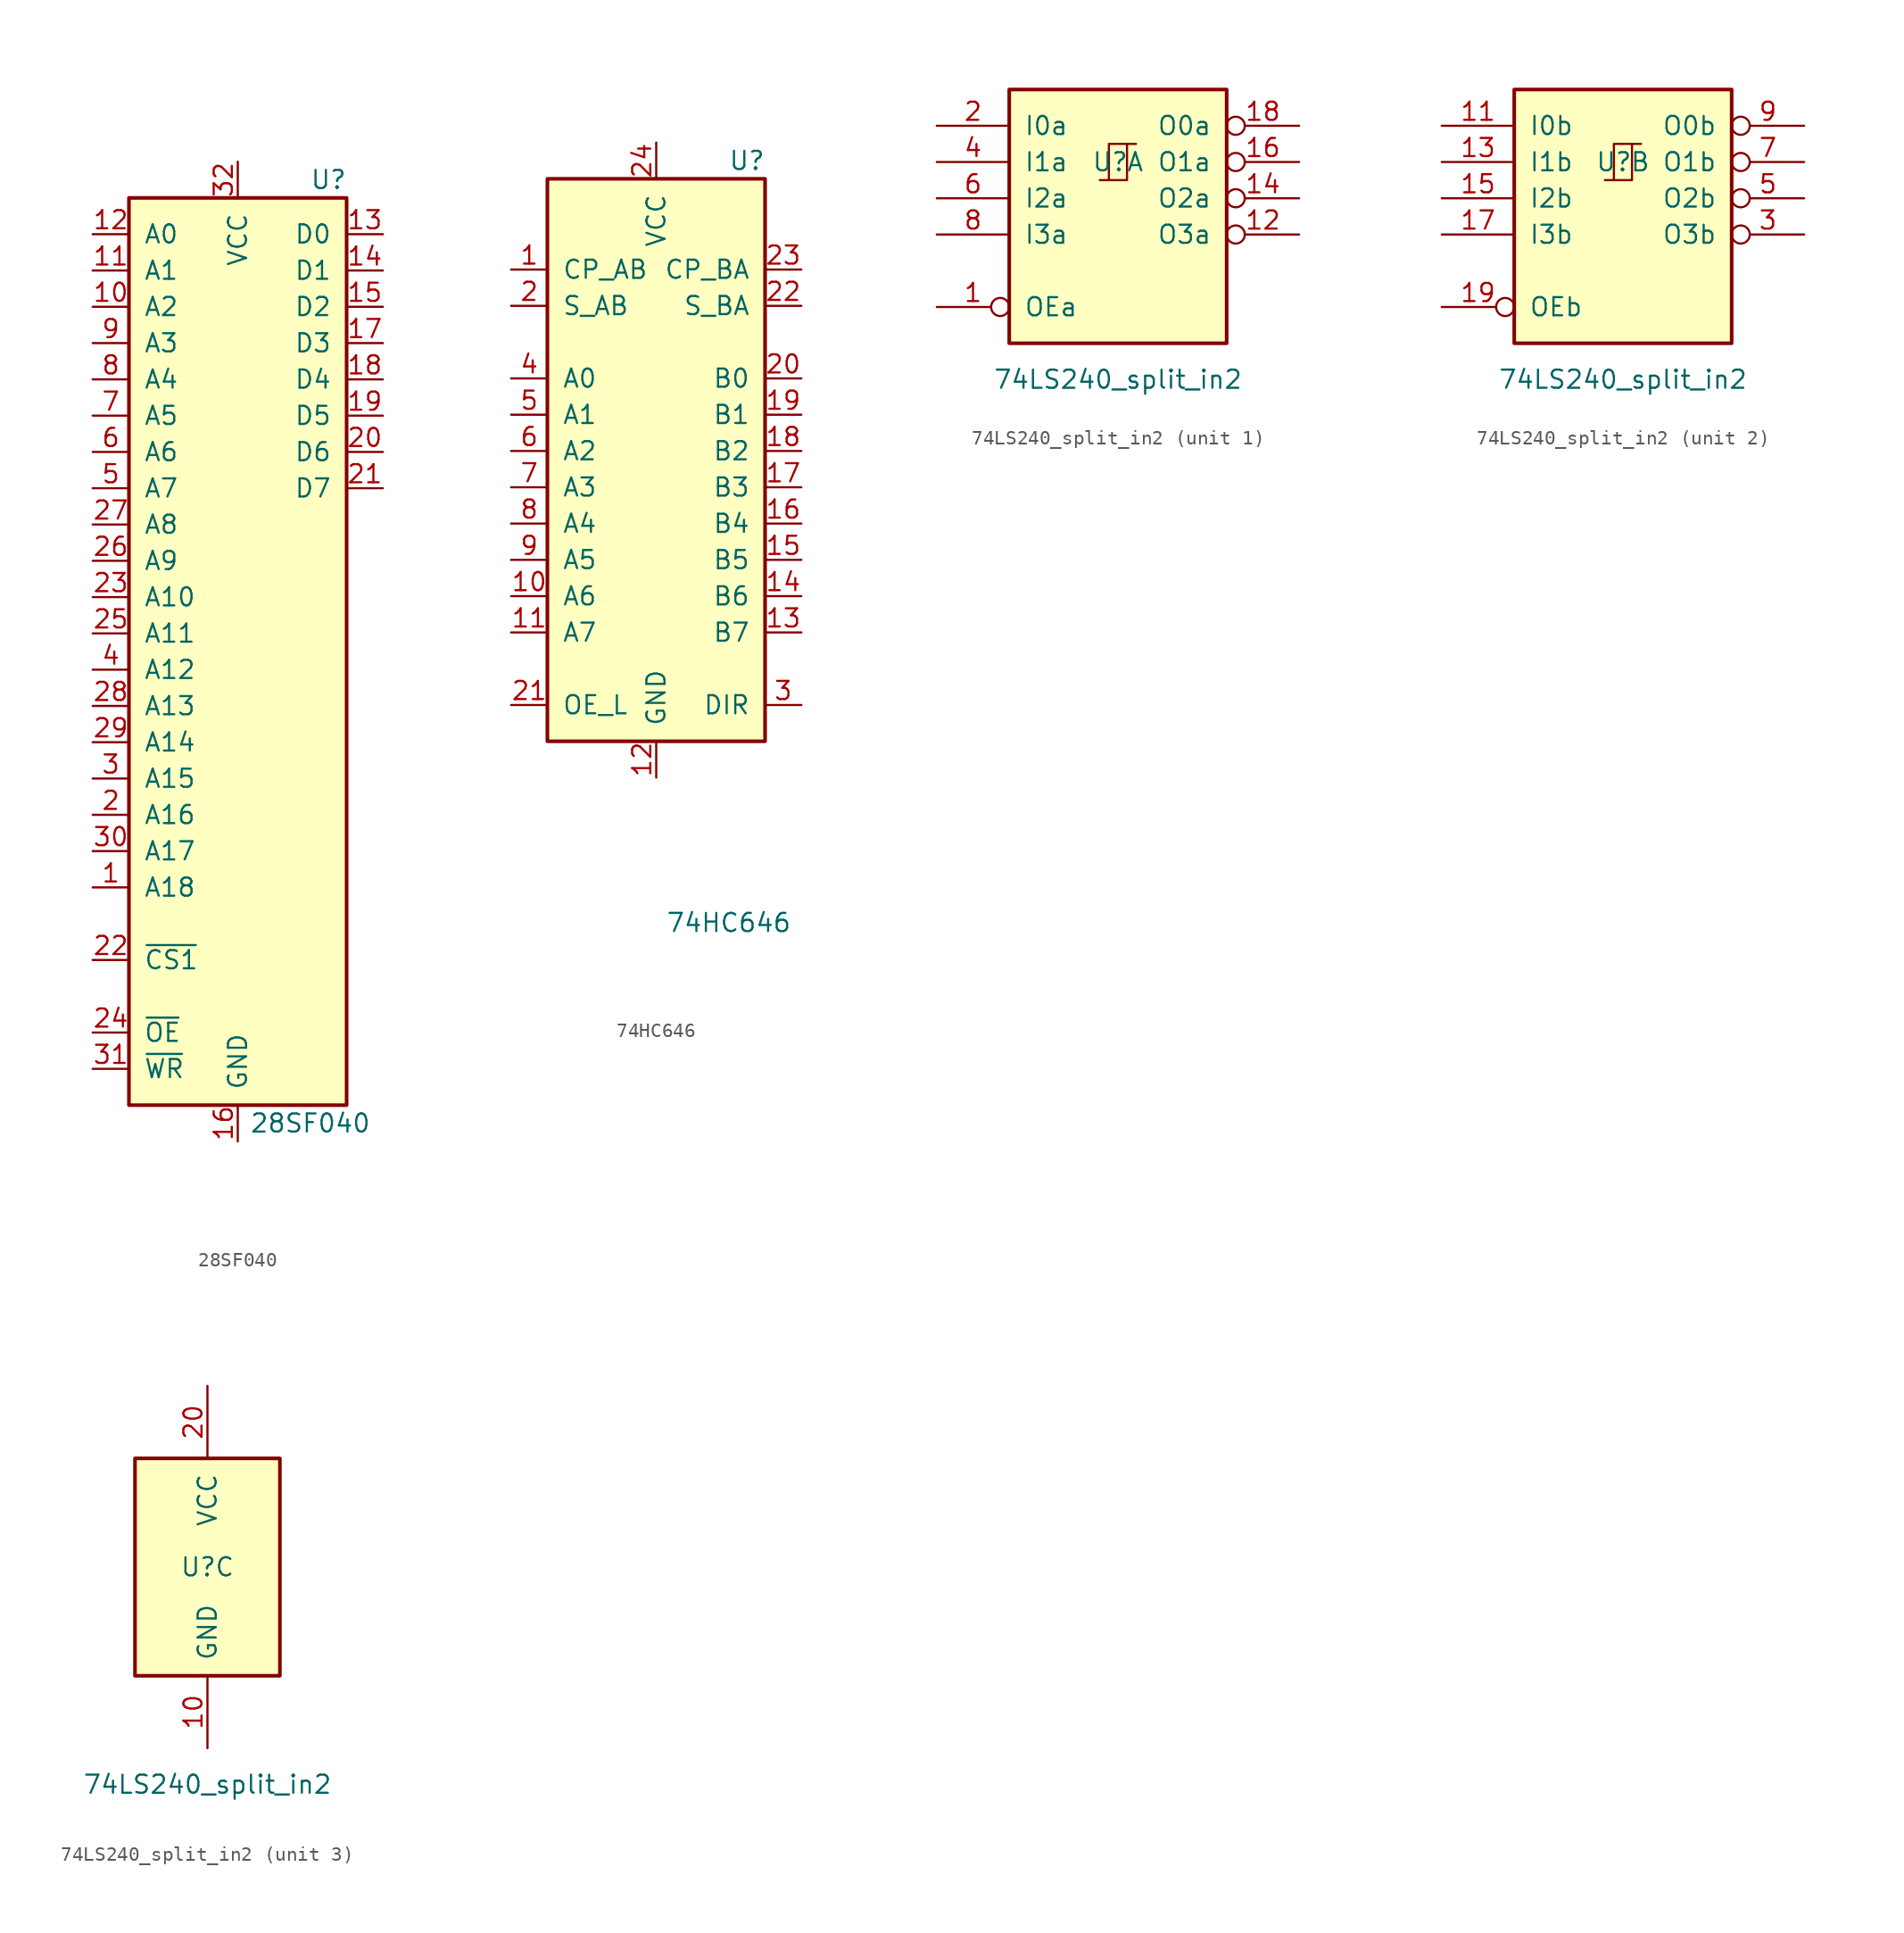
<source format=kicad_sym>
(kicad_symbol_lib
  (version 20220914)
  (generator kicad_symbol_editor)
  (symbol "28SF040"
    (pin_names
      (offset 1.016))
    (property "Reference" "U"
      (at 6.35 33.02 0)
      (effects (font (size 1.27 1.27))))
    (property "Value" "28SF040"
      (at 5.08 -33.02 0)
      (effects (font (size 1.27 1.27))))
    (symbol "28SF040_1_1"
      (rectangle (start -7.62 31.75) (end 7.62 -31.75) (stroke (width 0.254) (type default)) (fill (type background)))
      (pin input line (at -10.16 -16.51 0) (length 2.54) (name "A18" (effects (font (size 1.27 1.27)))) (number "1" (effects (font (size 1.27 1.27)))))
      (pin input line (at -10.16 24.13 0) (length 2.54) (name "A2" (effects (font (size 1.27 1.27)))) (number "10" (effects (font (size 1.27 1.27)))))
      (pin input line (at -10.16 26.67 0) (length 2.54) (name "A1" (effects (font (size 1.27 1.27)))) (number "11" (effects (font (size 1.27 1.27)))))
      (pin input line (at -10.16 29.21 0) (length 2.54) (name "A0" (effects (font (size 1.27 1.27)))) (number "12" (effects (font (size 1.27 1.27)))))
      (pin tri_state line (at 10.16 29.21 180) (length 2.54) (name "D0" (effects (font (size 1.27 1.27)))) (number "13" (effects (font (size 1.27 1.27)))))
      (pin tri_state line (at 10.16 26.67 180) (length 2.54) (name "D1" (effects (font (size 1.27 1.27)))) (number "14" (effects (font (size 1.27 1.27)))))
      (pin tri_state line (at 10.16 24.13 180) (length 2.54) (name "D2" (effects (font (size 1.27 1.27)))) (number "15" (effects (font (size 1.27 1.27)))))
      (pin power_in line (at 0 -34.29 90) (length 2.54) (name "GND" (effects (font (size 1.27 1.27)))) (number "16" (effects (font (size 1.27 1.27)))))
      (pin tri_state line (at 10.16 21.59 180) (length 2.54) (name "D3" (effects (font (size 1.27 1.27)))) (number "17" (effects (font (size 1.27 1.27)))))
      (pin tri_state line (at 10.16 19.05 180) (length 2.54) (name "D4" (effects (font (size 1.27 1.27)))) (number "18" (effects (font (size 1.27 1.27)))))
      (pin tri_state line (at 10.16 16.51 180) (length 2.54) (name "D5" (effects (font (size 1.27 1.27)))) (number "19" (effects (font (size 1.27 1.27)))))
      (pin input line (at -10.16 -11.43 0) (length 2.54) (name "A16" (effects (font (size 1.27 1.27)))) (number "2" (effects (font (size 1.27 1.27)))))
      (pin tri_state line (at 10.16 13.97 180) (length 2.54) (name "D6" (effects (font (size 1.27 1.27)))) (number "20" (effects (font (size 1.27 1.27)))))
      (pin tri_state line (at 10.16 11.43 180) (length 2.54) (name "D7" (effects (font (size 1.27 1.27)))) (number "21" (effects (font (size 1.27 1.27)))))
      (pin input line (at -10.16 -21.59 0) (length 2.54) (name "~{CS1}" (effects (font (size 1.27 1.27)))) (number "22" (effects (font (size 1.27 1.27)))))
      (pin input line (at -10.16 3.81 0) (length 2.54) (name "A10" (effects (font (size 1.27 1.27)))) (number "23" (effects (font (size 1.27 1.27)))))
      (pin input line (at -10.16 -26.67 0) (length 2.54) (name "~{OE}" (effects (font (size 1.27 1.27)))) (number "24" (effects (font (size 1.27 1.27)))))
      (pin input line (at -10.16 1.27 0) (length 2.54) (name "A11" (effects (font (size 1.27 1.27)))) (number "25" (effects (font (size 1.27 1.27)))))
      (pin input line (at -10.16 6.35 0) (length 2.54) (name "A9" (effects (font (size 1.27 1.27)))) (number "26" (effects (font (size 1.27 1.27)))))
      (pin input line (at -10.16 8.89 0) (length 2.54) (name "A8" (effects (font (size 1.27 1.27)))) (number "27" (effects (font (size 1.27 1.27)))))
      (pin input line (at -10.16 -3.81 0) (length 2.54) (name "A13" (effects (font (size 1.27 1.27)))) (number "28" (effects (font (size 1.27 1.27)))))
      (pin input line (at -10.16 -6.35 0) (length 2.54) (name "A14" (effects (font (size 1.27 1.27)))) (number "29" (effects (font (size 1.27 1.27)))))
      (pin input line (at -10.16 -8.89 0) (length 2.54) (name "A15" (effects (font (size 1.27 1.27)))) (number "3" (effects (font (size 1.27 1.27)))))
      (pin input line (at -10.16 -13.97 0) (length 2.54) (name "A17" (effects (font (size 1.27 1.27)))) (number "30" (effects (font (size 1.27 1.27)))))
      (pin input line (at -10.16 -29.21 0) (length 2.54) (name "~{WR}" (effects (font (size 1.27 1.27)))) (number "31" (effects (font (size 1.27 1.27)))))
      (pin power_in line (at 0 34.29 270) (length 2.54) (name "VCC" (effects (font (size 1.27 1.27)))) (number "32" (effects (font (size 1.27 1.27)))))
      (pin input line (at -10.16 -1.27 0) (length 2.54) (name "A12" (effects (font (size 1.27 1.27)))) (number "4" (effects (font (size 1.27 1.27)))))
      (pin input line (at -10.16 11.43 0) (length 2.54) (name "A7" (effects (font (size 1.27 1.27)))) (number "5" (effects (font (size 1.27 1.27)))))
      (pin input line (at -10.16 13.97 0) (length 2.54) (name "A6" (effects (font (size 1.27 1.27)))) (number "6" (effects (font (size 1.27 1.27)))))
      (pin input line (at -10.16 16.51 0) (length 2.54) (name "A5" (effects (font (size 1.27 1.27)))) (number "7" (effects (font (size 1.27 1.27)))))
      (pin input line (at -10.16 19.05 0) (length 2.54) (name "A4" (effects (font (size 1.27 1.27)))) (number "8" (effects (font (size 1.27 1.27)))))
      (pin input line (at -10.16 21.59 0) (length 2.54) (name "A3" (effects (font (size 1.27 1.27)))) (number "9" (effects (font (size 1.27 1.27)))))))
  (symbol "74HC646"
    (pin_names
      (offset 1.016))
    (property "Reference" "U"
      (at 6.35 20.32 0)
      (effects (font (size 1.27 1.27))))
    (property "Value" "74HC646"
      (at 5.08 -33.02 0)
      (effects (font (size 1.27 1.27))))
    (symbol "74HC646_1_1"
      (rectangle (start -7.62 19.05) (end 7.62 -20.32) (stroke (width 0.254) (type default)) (fill (type background)))
      (pin input line (at -10.16 12.7 0) (length 2.54) (name "CP_AB" (effects (font (size 1.27 1.27)))) (number "1" (effects (font (size 1.27 1.27)))))
      (pin tri_state line (at -10.16 -10.16 0) (length 2.54) (name "A6" (effects (font (size 1.27 1.27)))) (number "10" (effects (font (size 1.27 1.27)))))
      (pin tri_state line (at -10.16 -12.7 0) (length 2.54) (name "A7" (effects (font (size 1.27 1.27)))) (number "11" (effects (font (size 1.27 1.27)))))
      (pin power_in line (at 0 -22.86 90) (length 2.54) (name "GND" (effects (font (size 1.27 1.27)))) (number "12" (effects (font (size 1.27 1.27)))))
      (pin tri_state line (at 10.16 -12.7 180) (length 2.54) (name "B7" (effects (font (size 1.27 1.27)))) (number "13" (effects (font (size 1.27 1.27)))))
      (pin tri_state line (at 10.16 -10.16 180) (length 2.54) (name "B6" (effects (font (size 1.27 1.27)))) (number "14" (effects (font (size 1.27 1.27)))))
      (pin tri_state line (at 10.16 -7.62 180) (length 2.54) (name "B5" (effects (font (size 1.27 1.27)))) (number "15" (effects (font (size 1.27 1.27)))))
      (pin tri_state line (at 10.16 -5.08 180) (length 2.54) (name "B4" (effects (font (size 1.27 1.27)))) (number "16" (effects (font (size 1.27 1.27)))))
      (pin tri_state line (at 10.16 -2.54 180) (length 2.54) (name "B3" (effects (font (size 1.27 1.27)))) (number "17" (effects (font (size 1.27 1.27)))))
      (pin tri_state line (at 10.16 0 180) (length 2.54) (name "B2" (effects (font (size 1.27 1.27)))) (number "18" (effects (font (size 1.27 1.27)))))
      (pin tri_state line (at 10.16 2.54 180) (length 2.54) (name "B1" (effects (font (size 1.27 1.27)))) (number "19" (effects (font (size 1.27 1.27)))))
      (pin input line (at -10.16 10.16 0) (length 2.54) (name "S_AB" (effects (font (size 1.27 1.27)))) (number "2" (effects (font (size 1.27 1.27)))))
      (pin tri_state line (at 10.16 5.08 180) (length 2.54) (name "B0" (effects (font (size 1.27 1.27)))) (number "20" (effects (font (size 1.27 1.27)))))
      (pin input line (at -10.16 -17.78 0) (length 2.54) (name "OE_L" (effects (font (size 1.27 1.27)))) (number "21" (effects (font (size 1.27 1.27)))))
      (pin input line (at 10.16 10.16 180) (length 2.54) (name "S_BA" (effects (font (size 1.27 1.27)))) (number "22" (effects (font (size 1.27 1.27)))))
      (pin input line (at 10.16 12.7 180) (length 2.54) (name "CP_BA" (effects (font (size 1.27 1.27)))) (number "23" (effects (font (size 1.27 1.27)))))
      (pin power_in line (at 0 21.59 270) (length 2.54) (name "VCC" (effects (font (size 1.27 1.27)))) (number "24" (effects (font (size 1.27 1.27)))))
      (pin input line (at 10.16 -17.78 180) (length 2.54) (name "DIR" (effects (font (size 1.27 1.27)))) (number "3" (effects (font (size 1.27 1.27)))))
      (pin tri_state line (at -10.16 5.08 0) (length 2.54) (name "A0" (effects (font (size 1.27 1.27)))) (number "4" (effects (font (size 1.27 1.27)))))
      (pin tri_state line (at -10.16 2.54 0) (length 2.54) (name "A1" (effects (font (size 1.27 1.27)))) (number "5" (effects (font (size 1.27 1.27)))))
      (pin tri_state line (at -10.16 0 0) (length 2.54) (name "A2" (effects (font (size 1.27 1.27)))) (number "6" (effects (font (size 1.27 1.27)))))
      (pin tri_state line (at -10.16 -2.54 0) (length 2.54) (name "A3" (effects (font (size 1.27 1.27)))) (number "7" (effects (font (size 1.27 1.27)))))
      (pin tri_state line (at -10.16 -5.08 0) (length 2.54) (name "A4" (effects (font (size 1.27 1.27)))) (number "8" (effects (font (size 1.27 1.27)))))
      (pin tri_state line (at -10.16 -7.62 0) (length 2.54) (name "A5" (effects (font (size 1.27 1.27)))) (number "9" (effects (font (size 1.27 1.27)))))))
  (symbol "74LS240_split_in2"
    (pin_names
      (offset 1.016))
    (property "Reference" "U"
      (at 0 0 0)
      (effects (font (size 1.27 1.27))))
    (property "Value" "74LS240_split_in2"
      (at 0 -15.24 0)
      (effects (font (size 1.27 1.27))))
    (property "ki_locked" ""
      (at 0 0 0)
      (effects (font (size 1.27 1.27))))
    (symbol "74LS240_split_in2_1_0"
      (polyline (pts (xy -0.635 -1.27) (xy -0.635 1.27) (xy 0.635 1.27)) (stroke (width 0) (type default)) (fill (type none)))
      (polyline (pts (xy -1.27 -1.27) (xy 0.635 -1.27) (xy 0.635 1.27) (xy 1.27 1.27)) (stroke (width 0) (type default)) (fill (type none)))
      (pin input inverted (at -12.7 -10.16 0) (length 5.08) (name "OEa" (effects (font (size 1.27 1.27)))) (number "1" (effects (font (size 1.27 1.27)))))
      (pin tri_state inverted (at 12.7 -5.08 180) (length 5.08) (name "O3a" (effects (font (size 1.27 1.27)))) (number "12" (effects (font (size 1.27 1.27)))))
      (pin tri_state inverted (at 12.7 -2.54 180) (length 5.08) (name "O2a" (effects (font (size 1.27 1.27)))) (number "14" (effects (font (size 1.27 1.27)))))
      (pin tri_state inverted (at 12.7 0 180) (length 5.08) (name "O1a" (effects (font (size 1.27 1.27)))) (number "16" (effects (font (size 1.27 1.27)))))
      (pin tri_state inverted (at 12.7 2.54 180) (length 5.08) (name "O0a" (effects (font (size 1.27 1.27)))) (number "18" (effects (font (size 1.27 1.27)))))
      (pin input line (at -12.7 2.54 0) (length 5.08) (name "I0a" (effects (font (size 1.27 1.27)))) (number "2" (effects (font (size 1.27 1.27)))))
      (pin input line (at -12.7 0 0) (length 5.08) (name "I1a" (effects (font (size 1.27 1.27)))) (number "4" (effects (font (size 1.27 1.27)))))
      (pin input line (at -12.7 -2.54 0) (length 5.08) (name "I2a" (effects (font (size 1.27 1.27)))) (number "6" (effects (font (size 1.27 1.27)))))
      (pin input line (at -12.7 -5.08 0) (length 5.08) (name "I3a" (effects (font (size 1.27 1.27)))) (number "8" (effects (font (size 1.27 1.27))))))
    (symbol "74LS240_split_in2_1_1"
      (rectangle (start -7.62 5.08) (end 7.62 -12.7) (stroke (width 0.254) (type default)) (fill (type background))))
    (symbol "74LS240_split_in2_2_0"
      (polyline (pts (xy -0.635 -1.27) (xy -0.635 1.27) (xy 0.635 1.27)) (stroke (width 0) (type default)) (fill (type none)))
      (polyline (pts (xy -1.27 -1.27) (xy 0.635 -1.27) (xy 0.635 1.27) (xy 1.27 1.27)) (stroke (width 0) (type default)) (fill (type none)))
      (pin input line (at -12.7 2.54 0) (length 5.08) (name "I0b" (effects (font (size 1.27 1.27)))) (number "11" (effects (font (size 1.27 1.27)))))
      (pin input line (at -12.7 0 0) (length 5.08) (name "I1b" (effects (font (size 1.27 1.27)))) (number "13" (effects (font (size 1.27 1.27)))))
      (pin input line (at -12.7 -2.54 0) (length 5.08) (name "I2b" (effects (font (size 1.27 1.27)))) (number "15" (effects (font (size 1.27 1.27)))))
      (pin input line (at -12.7 -5.08 0) (length 5.08) (name "I3b" (effects (font (size 1.27 1.27)))) (number "17" (effects (font (size 1.27 1.27)))))
      (pin input inverted (at -12.7 -10.16 0) (length 5.08) (name "OEb" (effects (font (size 1.27 1.27)))) (number "19" (effects (font (size 1.27 1.27)))))
      (pin tri_state inverted (at 12.7 -5.08 180) (length 5.08) (name "O3b" (effects (font (size 1.27 1.27)))) (number "3" (effects (font (size 1.27 1.27)))))
      (pin tri_state inverted (at 12.7 -2.54 180) (length 5.08) (name "O2b" (effects (font (size 1.27 1.27)))) (number "5" (effects (font (size 1.27 1.27)))))
      (pin tri_state inverted (at 12.7 0 180) (length 5.08) (name "O1b" (effects (font (size 1.27 1.27)))) (number "7" (effects (font (size 1.27 1.27)))))
      (pin tri_state inverted (at 12.7 2.54 180) (length 5.08) (name "O0b" (effects (font (size 1.27 1.27)))) (number "9" (effects (font (size 1.27 1.27))))))
    (symbol "74LS240_split_in2_2_1"
      (rectangle (start -7.62 5.08) (end 7.62 -12.7) (stroke (width 0.254) (type default)) (fill (type background))))
    (symbol "74LS240_split_in2_3_0"
      (pin power_in line (at 0 -12.7 90) (length 5.08) (name "GND" (effects (font (size 1.27 1.27)))) (number "10" (effects (font (size 1.27 1.27)))))
      (pin power_in line (at 0 12.7 270) (length 5.08) (name "VCC" (effects (font (size 1.27 1.27)))) (number "20" (effects (font (size 1.27 1.27))))))
    (symbol "74LS240_split_in2_3_1"
      (rectangle (start -5.08 7.62) (end 5.08 -7.62) (stroke (width 0.254) (type default)) (fill (type background))))))
</source>
